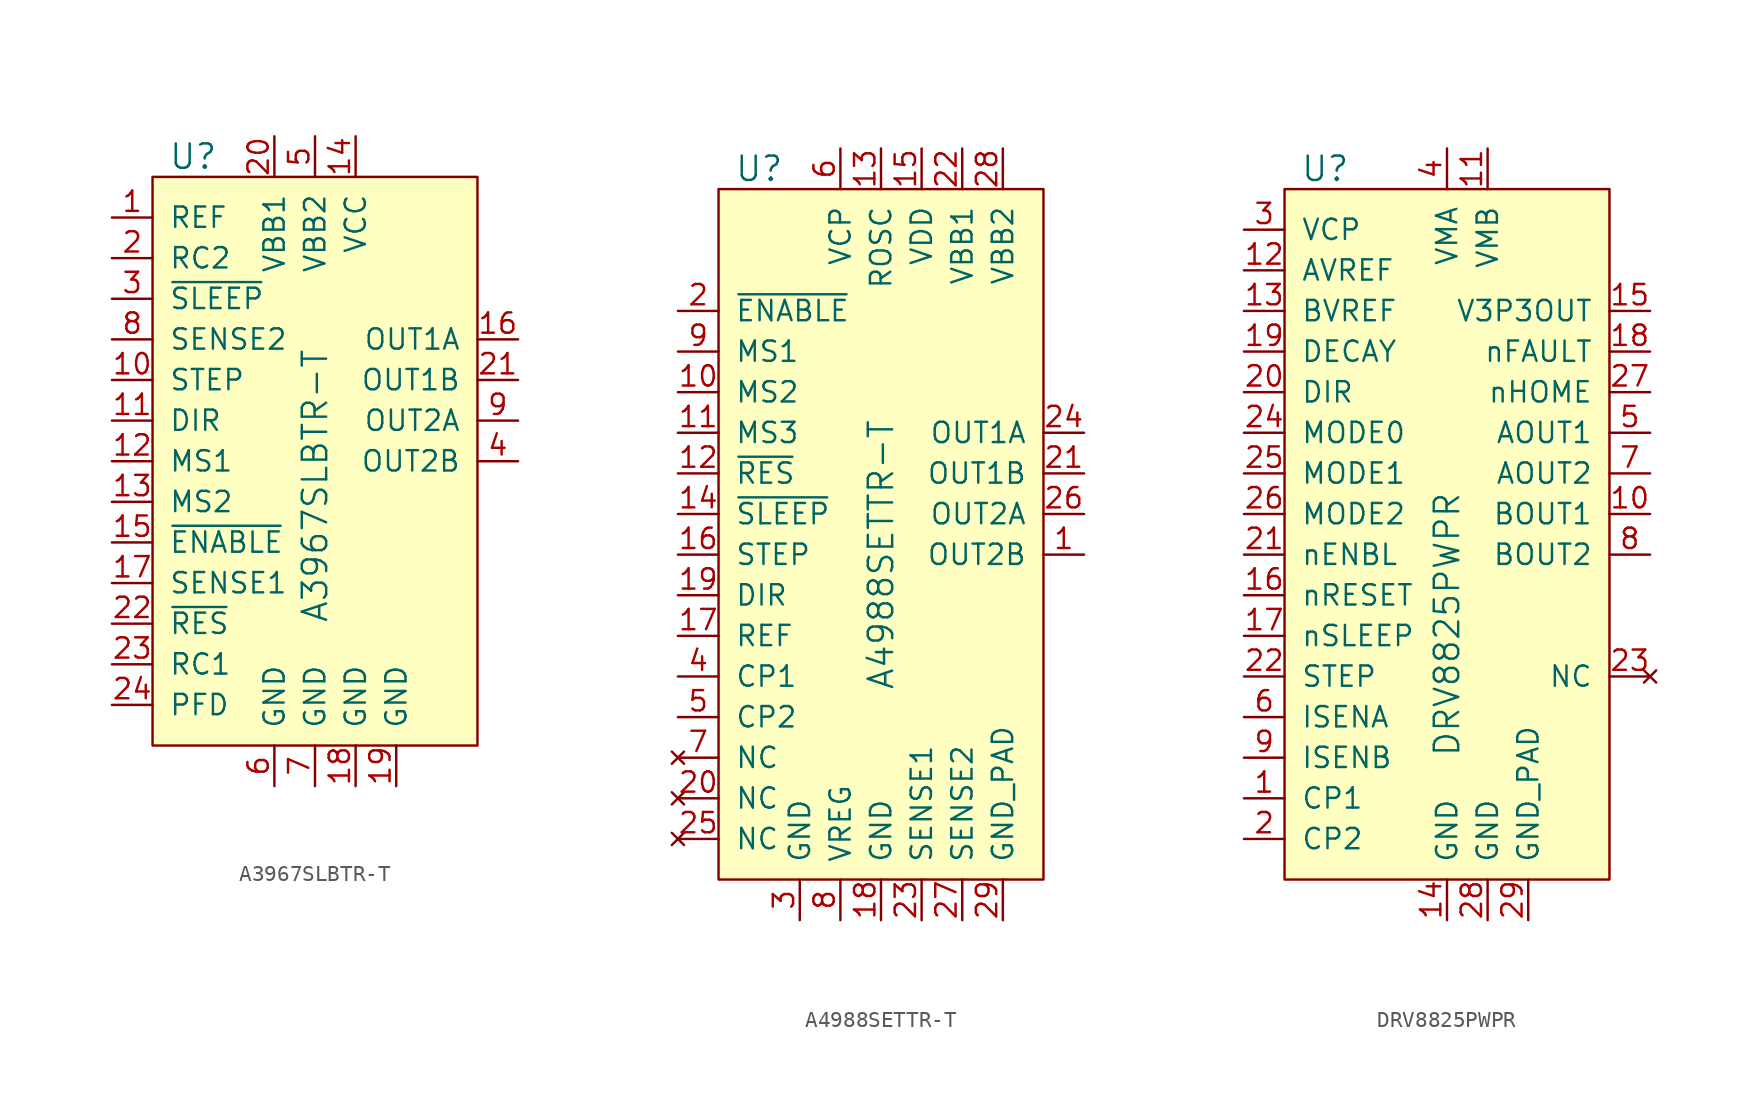
<source format=kicad_sym>
(kicad_symbol_lib
  (version 20201005)
  (generator kicad_symbol_editor)
  (symbol "A3967SLBTR-T"
    (pin_names
      (offset 1.016))
    (property "Reference" "U"
      (at -7.62 19.05 0)
      (effects (font (size 1.524 1.524))))
    (property "Value" "A3967SLBTR-T"
      (at 0 -10.16 90)
      (effects (font (size 1.524 1.524)) (justify left)))
    (symbol "A3967SLBTR-T_0_1"
      (rectangle (start -10.16 17.78) (end 10.16 -17.78) (stroke (width 0)) (fill (type background))))
    (symbol "A3967SLBTR-T_1_1"
      (pin input line (at -12.7 15.24 0) (length 2.54) (name "REF" (effects (font (size 1.27 1.27)))) (number "1" (effects (font (size 1.27 1.27)))))
      (pin input line (at -12.7 12.7 0) (length 2.54) (name "RC2" (effects (font (size 1.27 1.27)))) (number "2" (effects (font (size 1.27 1.27)))))
      (pin input line (at -12.7 10.16 0) (length 2.54) (name "~SLEEP" (effects (font (size 1.27 1.27)))) (number "3" (effects (font (size 1.27 1.27)))))
      (pin output line (at 12.7 0 180) (length 2.54) (name "OUT2B" (effects (font (size 1.27 1.27)))) (number "4" (effects (font (size 1.27 1.27)))))
      (pin power_in line (at 0 20.32 270) (length 2.54) (name "VBB2" (effects (font (size 1.27 1.27)))) (number "5" (effects (font (size 1.27 1.27)))))
      (pin power_in line (at -2.54 -20.32 90) (length 2.54) (name "GND" (effects (font (size 1.27 1.27)))) (number "6" (effects (font (size 1.27 1.27)))))
      (pin power_in line (at 0 -20.32 90) (length 2.54) (name "GND" (effects (font (size 1.27 1.27)))) (number "7" (effects (font (size 1.27 1.27)))))
      (pin input line (at -12.7 7.62 0) (length 2.54) (name "SENSE2" (effects (font (size 1.27 1.27)))) (number "8" (effects (font (size 1.27 1.27)))))
      (pin output line (at 12.7 2.54 180) (length 2.54) (name "OUT2A" (effects (font (size 1.27 1.27)))) (number "9" (effects (font (size 1.27 1.27)))))
      (pin input line (at -12.7 5.08 0) (length 2.54) (name "STEP" (effects (font (size 1.27 1.27)))) (number "10" (effects (font (size 1.27 1.27)))))
      (pin power_in line (at -2.54 20.32 270) (length 2.54) (name "VBB1" (effects (font (size 1.27 1.27)))) (number "20" (effects (font (size 1.27 1.27)))))
      (pin input line (at -12.7 2.54 0) (length 2.54) (name "DIR" (effects (font (size 1.27 1.27)))) (number "11" (effects (font (size 1.27 1.27)))))
      (pin output line (at 12.7 5.08 180) (length 2.54) (name "OUT1B" (effects (font (size 1.27 1.27)))) (number "21" (effects (font (size 1.27 1.27)))))
      (pin input line (at -12.7 0 0) (length 2.54) (name "MS1" (effects (font (size 1.27 1.27)))) (number "12" (effects (font (size 1.27 1.27)))))
      (pin input line (at -12.7 -10.16 0) (length 2.54) (name "~RES" (effects (font (size 1.27 1.27)))) (number "22" (effects (font (size 1.27 1.27)))))
      (pin input line (at -12.7 -2.54 0) (length 2.54) (name "MS2" (effects (font (size 1.27 1.27)))) (number "13" (effects (font (size 1.27 1.27)))))
      (pin input line (at -12.7 -12.7 0) (length 2.54) (name "RC1" (effects (font (size 1.27 1.27)))) (number "23" (effects (font (size 1.27 1.27)))))
      (pin power_in line (at 2.54 20.32 270) (length 2.54) (name "VCC" (effects (font (size 1.27 1.27)))) (number "14" (effects (font (size 1.27 1.27)))))
      (pin input line (at -12.7 -15.24 0) (length 2.54) (name "PFD" (effects (font (size 1.27 1.27)))) (number "24" (effects (font (size 1.27 1.27)))))
      (pin input line (at -12.7 -5.08 0) (length 2.54) (name "~ENABLE" (effects (font (size 1.27 1.27)))) (number "15" (effects (font (size 1.27 1.27)))))
      (pin output line (at 12.7 7.62 180) (length 2.54) (name "OUT1A" (effects (font (size 1.27 1.27)))) (number "16" (effects (font (size 1.27 1.27)))))
      (pin input line (at -12.7 -7.62 0) (length 2.54) (name "SENSE1" (effects (font (size 1.27 1.27)))) (number "17" (effects (font (size 1.27 1.27)))))
      (pin power_in line (at 2.54 -20.32 90) (length 2.54) (name "GND" (effects (font (size 1.27 1.27)))) (number "18" (effects (font (size 1.27 1.27)))))
      (pin power_in line (at 5.08 -20.32 90) (length 2.54) (name "GND" (effects (font (size 1.27 1.27)))) (number "19" (effects (font (size 1.27 1.27)))))))
  (symbol "A4988SETTR-T"
    (pin_names
      (offset 1.016))
    (property "Reference" "U"
      (at -7.62 21.59 0)
      (effects (font (size 1.524 1.524))))
    (property "Value" "A4988SETTR-T"
      (at 0 -2.54 90)
      (effects (font (size 1.524 1.524))))
    (symbol "A4988SETTR-T_0_1"
      (rectangle (start -10.16 20.32) (end 10.16 -22.86) (stroke (width 0)) (fill (type background))))
    (symbol "A4988SETTR-T_1_1"
      (pin output line (at 12.7 -2.54 180) (length 2.54) (name "OUT2B" (effects (font (size 1.27 1.27)))) (number "1" (effects (font (size 1.27 1.27)))))
      (pin input line (at -12.7 12.7 0) (length 2.54) (name "~ENABLE" (effects (font (size 1.27 1.27)))) (number "2" (effects (font (size 1.27 1.27)))))
      (pin power_in line (at -5.08 -25.4 90) (length 2.54) (name "GND" (effects (font (size 1.27 1.27)))) (number "3" (effects (font (size 1.27 1.27)))))
      (pin passive line (at -12.7 -10.16 0) (length 2.54) (name "CP1" (effects (font (size 1.27 1.27)))) (number "4" (effects (font (size 1.27 1.27)))))
      (pin passive line (at -12.7 -12.7 0) (length 2.54) (name "CP2" (effects (font (size 1.27 1.27)))) (number "5" (effects (font (size 1.27 1.27)))))
      (pin power_in line (at -2.54 22.86 270) (length 2.54) (name "VCP" (effects (font (size 1.27 1.27)))) (number "6" (effects (font (size 1.27 1.27)))))
      (pin no_connect line (at -12.7 -15.24 0) (length 2.54) (name "NC" (effects (font (size 1.27 1.27)))) (number "7" (effects (font (size 1.27 1.27)))))
      (pin power_in line (at -2.54 -25.4 90) (length 2.54) (name "VREG" (effects (font (size 1.27 1.27)))) (number "8" (effects (font (size 1.27 1.27)))))
      (pin input line (at -12.7 10.16 0) (length 2.54) (name "MS1" (effects (font (size 1.27 1.27)))) (number "9" (effects (font (size 1.27 1.27)))))
      (pin input line (at -12.7 7.62 0) (length 2.54) (name "MS2" (effects (font (size 1.27 1.27)))) (number "10" (effects (font (size 1.27 1.27)))))
      (pin no_connect line (at -12.7 -17.78 0) (length 2.54) (name "NC" (effects (font (size 1.27 1.27)))) (number "20" (effects (font (size 1.27 1.27)))))
      (pin input line (at -12.7 5.08 0) (length 2.54) (name "MS3" (effects (font (size 1.27 1.27)))) (number "11" (effects (font (size 1.27 1.27)))))
      (pin output line (at 12.7 2.54 180) (length 2.54) (name "OUT1B" (effects (font (size 1.27 1.27)))) (number "21" (effects (font (size 1.27 1.27)))))
      (pin input line (at -12.7 2.54 0) (length 2.54) (name "~RES" (effects (font (size 1.27 1.27)))) (number "12" (effects (font (size 1.27 1.27)))))
      (pin power_in line (at 5.08 22.86 270) (length 2.54) (name "VBB1" (effects (font (size 1.27 1.27)))) (number "22" (effects (font (size 1.27 1.27)))))
      (pin power_in line (at 0 22.86 270) (length 2.54) (name "ROSC" (effects (font (size 1.27 1.27)))) (number "13" (effects (font (size 1.27 1.27)))))
      (pin power_in line (at 2.54 -25.4 90) (length 2.54) (name "SENSE1" (effects (font (size 1.27 1.27)))) (number "23" (effects (font (size 1.27 1.27)))))
      (pin input line (at -12.7 0 0) (length 2.54) (name "~SLEEP" (effects (font (size 1.27 1.27)))) (number "14" (effects (font (size 1.27 1.27)))))
      (pin output line (at 12.7 5.08 180) (length 2.54) (name "OUT1A" (effects (font (size 1.27 1.27)))) (number "24" (effects (font (size 1.27 1.27)))))
      (pin power_in line (at 2.54 22.86 270) (length 2.54) (name "VDD" (effects (font (size 1.27 1.27)))) (number "15" (effects (font (size 1.27 1.27)))))
      (pin no_connect line (at -12.7 -20.32 0) (length 2.54) (name "NC" (effects (font (size 1.27 1.27)))) (number "25" (effects (font (size 1.27 1.27)))))
      (pin input line (at -12.7 -2.54 0) (length 2.54) (name "STEP" (effects (font (size 1.27 1.27)))) (number "16" (effects (font (size 1.27 1.27)))))
      (pin output line (at 12.7 0 180) (length 2.54) (name "OUT2A" (effects (font (size 1.27 1.27)))) (number "26" (effects (font (size 1.27 1.27)))))
      (pin input line (at -12.7 -7.62 0) (length 2.54) (name "REF" (effects (font (size 1.27 1.27)))) (number "17" (effects (font (size 1.27 1.27)))))
      (pin power_in line (at 5.08 -25.4 90) (length 2.54) (name "SENSE2" (effects (font (size 1.27 1.27)))) (number "27" (effects (font (size 1.27 1.27)))))
      (pin power_in line (at 0 -25.4 90) (length 2.54) (name "GND" (effects (font (size 1.27 1.27)))) (number "18" (effects (font (size 1.27 1.27)))))
      (pin power_in line (at 7.62 22.86 270) (length 2.54) (name "VBB2" (effects (font (size 1.27 1.27)))) (number "28" (effects (font (size 1.27 1.27)))))
      (pin input line (at -12.7 -5.08 0) (length 2.54) (name "DIR" (effects (font (size 1.27 1.27)))) (number "19" (effects (font (size 1.27 1.27)))))
      (pin power_in line (at 7.62 -25.4 90) (length 2.54) (name "GND_PAD" (effects (font (size 1.27 1.27)))) (number "29" (effects (font (size 1.27 1.27)))))))
  (symbol "DRV8825PWPR"
    (pin_names
      (offset 1.016))
    (property "Reference" "U"
      (at -5.08 16.51 0)
      (effects (font (size 1.524 1.524))))
    (property "Value" "DRV8825PWPR"
      (at 2.54 -20.32 90)
      (effects (font (size 1.524 1.524)) (justify left)))
    (symbol "DRV8825PWPR_0_1"
      (rectangle (start -7.62 15.24) (end 12.7 -27.94) (stroke (width 0)) (fill (type background))))
    (symbol "DRV8825PWPR_1_1"
      (pin passive line (at -10.16 -22.86 0) (length 2.54) (name "CP1" (effects (font (size 1.27 1.27)))) (number "1" (effects (font (size 1.27 1.27)))))
      (pin passive line (at -10.16 -25.4 0) (length 2.54) (name "CP2" (effects (font (size 1.27 1.27)))) (number "2" (effects (font (size 1.27 1.27)))))
      (pin bidirectional line (at -10.16 12.7 0) (length 2.54) (name "VCP" (effects (font (size 1.27 1.27)))) (number "3" (effects (font (size 1.27 1.27)))))
      (pin power_in line (at 2.54 17.78 270) (length 2.54) (name "VMA" (effects (font (size 1.27 1.27)))) (number "4" (effects (font (size 1.27 1.27)))))
      (pin output line (at 15.24 0 180) (length 2.54) (name "AOUT1" (effects (font (size 1.27 1.27)))) (number "5" (effects (font (size 1.27 1.27)))))
      (pin bidirectional line (at -10.16 -17.78 0) (length 2.54) (name "ISENA" (effects (font (size 1.27 1.27)))) (number "6" (effects (font (size 1.27 1.27)))))
      (pin output line (at 15.24 -2.54 180) (length 2.54) (name "AOUT2" (effects (font (size 1.27 1.27)))) (number "7" (effects (font (size 1.27 1.27)))))
      (pin output line (at 15.24 -7.62 180) (length 2.54) (name "BOUT2" (effects (font (size 1.27 1.27)))) (number "8" (effects (font (size 1.27 1.27)))))
      (pin bidirectional line (at -10.16 -20.32 0) (length 2.54) (name "ISENB" (effects (font (size 1.27 1.27)))) (number "9" (effects (font (size 1.27 1.27)))))
      (pin output line (at 15.24 -5.08 180) (length 2.54) (name "BOUT1" (effects (font (size 1.27 1.27)))) (number "10" (effects (font (size 1.27 1.27)))))
      (pin input line (at -10.16 2.54 0) (length 2.54) (name "DIR" (effects (font (size 1.27 1.27)))) (number "20" (effects (font (size 1.27 1.27)))))
      (pin power_in line (at 5.08 17.78 270) (length 2.54) (name "VMB" (effects (font (size 1.27 1.27)))) (number "11" (effects (font (size 1.27 1.27)))))
      (pin input line (at -10.16 -7.62 0) (length 2.54) (name "nENBL" (effects (font (size 1.27 1.27)))) (number "21" (effects (font (size 1.27 1.27)))))
      (pin input line (at -10.16 10.16 0) (length 2.54) (name "AVREF" (effects (font (size 1.27 1.27)))) (number "12" (effects (font (size 1.27 1.27)))))
      (pin input line (at -10.16 -15.24 0) (length 2.54) (name "STEP" (effects (font (size 1.27 1.27)))) (number "22" (effects (font (size 1.27 1.27)))))
      (pin input line (at -10.16 7.62 0) (length 2.54) (name "BVREF" (effects (font (size 1.27 1.27)))) (number "13" (effects (font (size 1.27 1.27)))))
      (pin no_connect line (at 15.24 -15.24 180) (length 2.54) (name "NC" (effects (font (size 1.27 1.27)))) (number "23" (effects (font (size 1.27 1.27)))))
      (pin power_in line (at 2.54 -30.48 90) (length 2.54) (name "GND" (effects (font (size 1.27 1.27)))) (number "14" (effects (font (size 1.27 1.27)))))
      (pin input line (at -10.16 0 0) (length 2.54) (name "MODE0" (effects (font (size 1.27 1.27)))) (number "24" (effects (font (size 1.27 1.27)))))
      (pin output line (at 15.24 7.62 180) (length 2.54) (name "V3P3OUT" (effects (font (size 1.27 1.27)))) (number "15" (effects (font (size 1.27 1.27)))))
      (pin input line (at -10.16 -2.54 0) (length 2.54) (name "MODE1" (effects (font (size 1.27 1.27)))) (number "25" (effects (font (size 1.27 1.27)))))
      (pin input line (at -10.16 -10.16 0) (length 2.54) (name "nRESET" (effects (font (size 1.27 1.27)))) (number "16" (effects (font (size 1.27 1.27)))))
      (pin input line (at -10.16 -5.08 0) (length 2.54) (name "MODE2" (effects (font (size 1.27 1.27)))) (number "26" (effects (font (size 1.27 1.27)))))
      (pin input line (at -10.16 -12.7 0) (length 2.54) (name "nSLEEP" (effects (font (size 1.27 1.27)))) (number "17" (effects (font (size 1.27 1.27)))))
      (pin output line (at 15.24 2.54 180) (length 2.54) (name "nHOME" (effects (font (size 1.27 1.27)))) (number "27" (effects (font (size 1.27 1.27)))))
      (pin output line (at 15.24 5.08 180) (length 2.54) (name "nFAULT" (effects (font (size 1.27 1.27)))) (number "18" (effects (font (size 1.27 1.27)))))
      (pin power_in line (at 5.08 -30.48 90) (length 2.54) (name "GND" (effects (font (size 1.27 1.27)))) (number "28" (effects (font (size 1.27 1.27)))))
      (pin input line (at -10.16 5.08 0) (length 2.54) (name "DECAY" (effects (font (size 1.27 1.27)))) (number "19" (effects (font (size 1.27 1.27)))))
      (pin power_in line (at 7.62 -30.48 90) (length 2.54) (name "GND_PAD" (effects (font (size 1.27 1.27)))) (number "29" (effects (font (size 1.27 1.27))))))))
</source>
